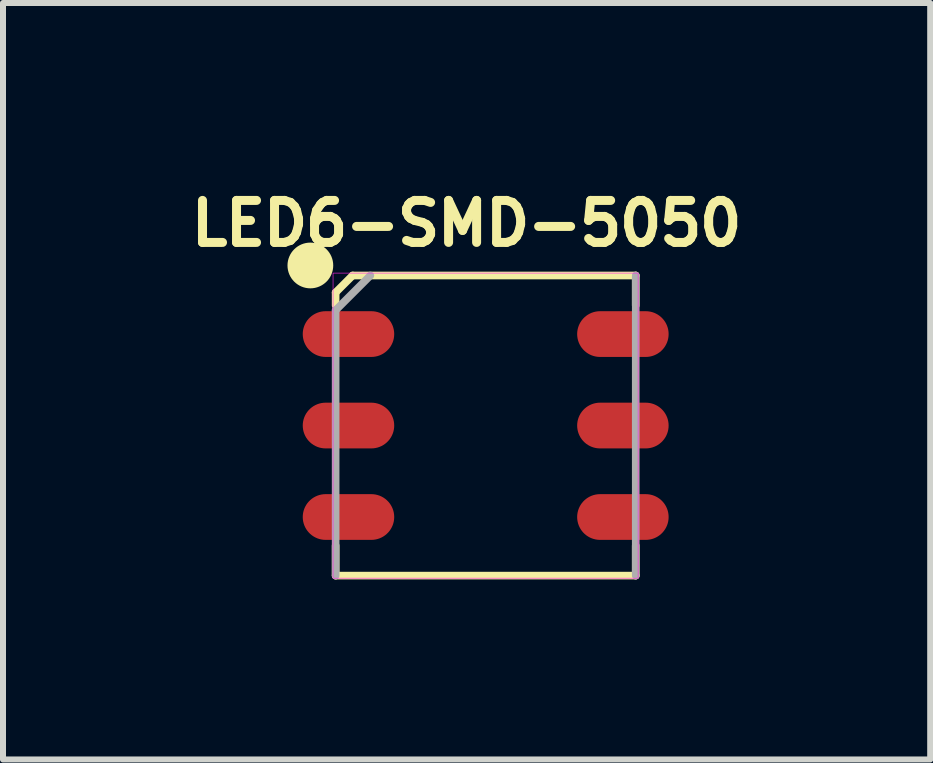
<source format=kicad_pcb>
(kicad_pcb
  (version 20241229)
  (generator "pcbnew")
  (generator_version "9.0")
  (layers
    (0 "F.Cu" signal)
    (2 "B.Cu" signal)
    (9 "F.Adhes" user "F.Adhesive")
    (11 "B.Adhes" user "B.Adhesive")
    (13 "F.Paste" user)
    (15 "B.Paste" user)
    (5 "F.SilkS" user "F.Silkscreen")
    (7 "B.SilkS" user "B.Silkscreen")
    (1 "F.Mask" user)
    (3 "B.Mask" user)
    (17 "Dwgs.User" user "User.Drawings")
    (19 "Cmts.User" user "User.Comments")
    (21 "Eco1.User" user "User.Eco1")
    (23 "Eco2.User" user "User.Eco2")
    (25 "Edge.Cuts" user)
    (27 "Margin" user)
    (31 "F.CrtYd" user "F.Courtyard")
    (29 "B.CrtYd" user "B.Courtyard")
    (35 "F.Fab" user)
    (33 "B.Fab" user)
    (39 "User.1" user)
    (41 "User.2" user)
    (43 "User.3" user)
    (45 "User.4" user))
  (footprint "LED6-SMD-5050"
    (layer "F.Cu")
    (at 5.042 4.04)
    (property "Reference" "LED6-SMD-5050" (at -0.318 -3.367 0) (layer "F.SilkS") (effects (font (size 0.7 0.7) (thickness 0.15))))
    (attr smd)
    (fp_line (start -2.5 -2.217) (end -2.5 -2) (stroke (width 0.127) (type solid)) (layer "F.SilkS"))
    (fp_line (start -2.5 2) (end -2.5 2.5) (stroke (width 0.127) (type solid)) (layer "F.SilkS"))
    (fp_line (start -2.217 -2.5) (end -2.5 -2.217) (stroke (width 0.127) (type solid)) (layer "F.SilkS"))
    (fp_line (start 2.5 -2.5) (end -2.217 -2.5) (stroke (width 0.127) (type solid)) (layer "F.SilkS"))
    (fp_line (start 2.5 -2) (end 2.5 -2.5) (stroke (width 0.127) (type solid)) (layer "F.SilkS"))
    (fp_line (start 2.5 2) (end 2.5 2.5) (stroke (width 0.127) (type solid)) (layer "F.SilkS"))
    (fp_line (start 2.5 2.5) (end -2.5 2.5) (stroke (width 0.127) (type solid)) (layer "F.SilkS"))
    (fp_circle (center -2.921 -2.667) (end -2.54 -2.667) (stroke (width 0) (type solid)) (fill yes) (layer "F.SilkS"))
    (fp_poly (pts (xy -2.543 -2.54) (xy 2.54 -2.54) (xy 2.54 2.543) (xy -2.543 2.543)) (stroke (width 0.01) (type solid)) (fill no) (layer "F.CrtYd"))
    (fp_line (start -2.5 -1.921) (end -1.921 -2.5) (stroke (width 0.127) (type solid)) (layer "F.Fab"))
    (fp_line (start -2.5 2.5) (end -2.5 -1.921) (stroke (width 0.127) (type solid)) (layer "F.Fab"))
    (fp_line (start 2.5 -2.5) (end 2.5 2.5) (stroke (width 0.127) (type solid)) (layer "F.Fab"))
    (pad "1" smd oval (at -2.286 -1.524) (size 1.524 0.762) (layers "F.Cu" "F.Mask" "F.Paste"))
    (pad "2" smd oval (at -2.286 0) (size 1.524 0.762) (layers "F.Cu" "F.Mask" "F.Paste"))
    (pad "3" smd oval (at -2.286 1.524) (size 1.524 0.762) (layers "F.Cu" "F.Mask" "F.Paste"))
    (pad "4" smd oval (at 2.286 1.524) (size 1.524 0.762) (layers "F.Cu" "F.Mask" "F.Paste"))
    (pad "5" smd oval (at 2.286 0) (size 1.524 0.762) (layers "F.Cu" "F.Mask" "F.Paste"))
    (pad "6" smd oval (at 2.286 -1.524) (size 1.524 0.762) (layers "F.Cu" "F.Mask" "F.Paste")))
  (gr_rect
    (start -3 -3)
    (end 12.448 9.604)
    (stroke (width 0.1) (type default))
    (fill no)
    (layer "Edge.Cuts")))
</source>
